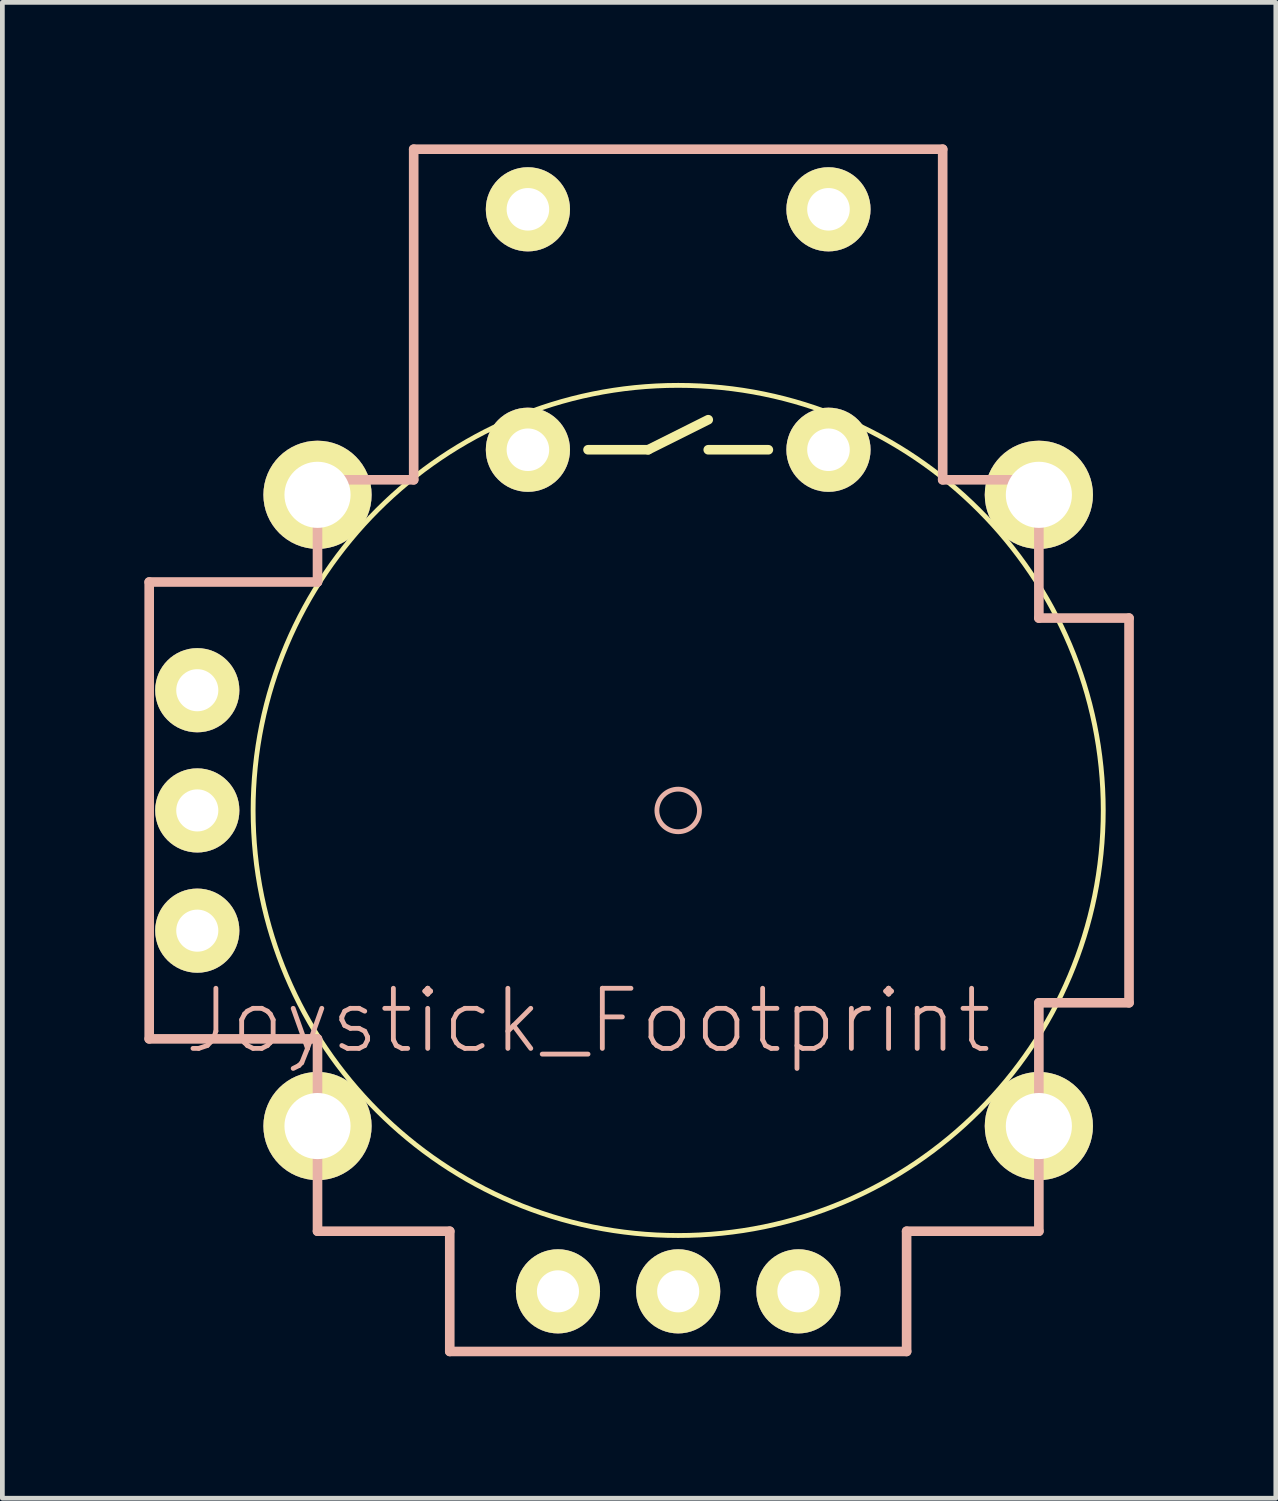
<source format=kicad_pcb>
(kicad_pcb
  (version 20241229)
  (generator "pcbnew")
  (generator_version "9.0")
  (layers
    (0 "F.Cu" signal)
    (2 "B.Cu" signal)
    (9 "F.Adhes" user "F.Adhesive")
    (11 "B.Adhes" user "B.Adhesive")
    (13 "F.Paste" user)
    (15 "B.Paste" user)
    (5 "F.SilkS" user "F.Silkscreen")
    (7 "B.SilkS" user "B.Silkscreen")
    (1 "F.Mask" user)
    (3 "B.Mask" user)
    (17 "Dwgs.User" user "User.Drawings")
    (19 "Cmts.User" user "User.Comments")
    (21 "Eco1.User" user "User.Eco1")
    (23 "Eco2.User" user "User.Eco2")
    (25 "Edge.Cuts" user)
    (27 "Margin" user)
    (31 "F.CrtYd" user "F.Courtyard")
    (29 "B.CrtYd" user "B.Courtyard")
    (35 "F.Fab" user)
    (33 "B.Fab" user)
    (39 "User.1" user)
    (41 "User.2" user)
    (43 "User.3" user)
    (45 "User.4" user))
  (footprint "Joystick_Footprint"
    (layer "F.Cu")
    (at 11.278 14.072)
    (property "Reference" "Joystick_Footprint" (at -1.905 4.445 0) (layer "B.SilkS") (effects (font (size 1.27 1.27) (thickness 0.102))))
    (attr exclude_from_pos_files exclude_from_bom)
    (fp_line (start -1.905 -7.62) (end -0.635 -7.62) (stroke (width 0.203) (type solid)) (layer "F.SilkS"))
    (fp_line (start -0.635 -7.62) (end 0.635 -8.255) (stroke (width 0.203) (type solid)) (layer "F.SilkS"))
    (fp_line (start 0.635 -7.62) (end 1.905 -7.62) (stroke (width 0.203) (type solid)) (layer "F.SilkS"))
    (fp_circle (center 0 0) (end -6.35 6.35) (stroke (width 0.102) (type solid)) (fill no) (layer "F.SilkS"))
    (fp_line (start -11.176 -4.826) (end -11.176 4.826) (stroke (width 0.203) (type solid)) (layer "B.SilkS"))
    (fp_line (start -7.62 -4.826) (end -11.176 -4.826) (stroke (width 0.203) (type solid)) (layer "B.SilkS"))
    (fp_line (start -7.62 -4.826) (end -7.62 -6.985) (stroke (width 0.203) (type solid)) (layer "B.SilkS"))
    (fp_line (start -7.62 4.826) (end -11.176 4.826) (stroke (width 0.203) (type solid)) (layer "B.SilkS"))
    (fp_line (start -7.62 4.826) (end -7.62 8.89) (stroke (width 0.203) (type solid)) (layer "B.SilkS"))
    (fp_line (start -5.588 -13.97) (end -5.588 -6.985) (stroke (width 0.203) (type solid)) (layer "B.SilkS"))
    (fp_line (start -5.588 -6.985) (end -7.62 -6.985) (stroke (width 0.203) (type solid)) (layer "B.SilkS"))
    (fp_line (start -4.826 8.89) (end -7.62 8.89) (stroke (width 0.203) (type solid)) (layer "B.SilkS"))
    (fp_line (start -4.826 11.43) (end -4.826 8.89) (stroke (width 0.203) (type solid)) (layer "B.SilkS"))
    (fp_line (start 4.826 8.89) (end 7.62 8.89) (stroke (width 0.203) (type solid)) (layer "B.SilkS"))
    (fp_line (start 4.826 11.43) (end -4.826 11.43) (stroke (width 0.203) (type solid)) (layer "B.SilkS"))
    (fp_line (start 4.826 11.43) (end 4.826 8.89) (stroke (width 0.203) (type solid)) (layer "B.SilkS"))
    (fp_line (start 5.588 -13.97) (end -5.588 -13.97) (stroke (width 0.203) (type solid)) (layer "B.SilkS"))
    (fp_line (start 5.588 -13.97) (end 5.588 -6.985) (stroke (width 0.203) (type solid)) (layer "B.SilkS"))
    (fp_line (start 7.62 -6.985) (end 5.588 -6.985) (stroke (width 0.203) (type solid)) (layer "B.SilkS"))
    (fp_line (start 7.62 -4.064) (end 7.62 -6.985) (stroke (width 0.203) (type solid)) (layer "B.SilkS"))
    (fp_line (start 7.62 -4.064) (end 9.525 -4.064) (stroke (width 0.203) (type solid)) (layer "B.SilkS"))
    (fp_line (start 7.62 4.064) (end 7.62 8.89) (stroke (width 0.203) (type solid)) (layer "B.SilkS"))
    (fp_line (start 7.62 4.064) (end 9.525 4.064) (stroke (width 0.203) (type solid)) (layer "B.SilkS"))
    (fp_line (start 9.525 -4.064) (end 9.525 4.064) (stroke (width 0.203) (type solid)) (layer "B.SilkS"))
    (fp_circle (center 0 0) (end -0.318 0.318) (stroke (width 0.102) (type solid)) (fill no) (layer "B.SilkS"))
    (pad "B1A" thru_hole circle (at -3.175 -12.7) (size 1.778 1.778) (drill 0.899) (layers "*.Cu" "F.Mask" "F.SilkS" "F.Paste"))
    (pad "B1B" thru_hole circle (at 3.175 -12.7) (size 1.778 1.778) (drill 0.899) (layers "*.Cu" "F.Mask" "F.SilkS" "F.Paste"))
    (pad "B2A" thru_hole circle (at -3.175 -7.62) (size 1.778 1.778) (drill 0.899) (layers "*.Cu" "F.Mask" "F.SilkS" "F.Paste"))
    (pad "B2B" thru_hole circle (at 3.175 -7.62) (size 1.778 1.778) (drill 0.899) (layers "*.Cu" "F.Mask" "F.SilkS" "F.Paste"))
    (pad "H1" thru_hole circle (at -2.54 10.16) (size 1.778 1.778) (drill 0.889) (layers "*.Cu" "F.Mask" "F.SilkS" "F.Paste"))
    (pad "H2" thru_hole circle (at 0 10.16) (size 1.778 1.778) (drill 0.889) (layers "*.Cu" "F.Mask" "F.SilkS" "F.Paste"))
    (pad "H3" thru_hole circle (at 2.54 10.16) (size 1.778 1.778) (drill 0.889) (layers "*.Cu" "F.Mask" "F.SilkS" "F.Paste"))
    (pad "MOUN" thru_hole circle (at -7.62 -6.668) (size 2.286 2.286) (drill 1.397) (layers "*.Cu" "F.Mask" "F.SilkS" "F.Paste"))
    (pad "MOUN" thru_hole circle (at -7.62 6.668) (size 2.286 2.286) (drill 1.397) (layers "*.Cu" "F.Mask" "F.SilkS" "F.Paste"))
    (pad "MOUN" thru_hole circle (at 7.62 -6.668) (size 2.286 2.286) (drill 1.397) (layers "*.Cu" "F.Mask" "F.SilkS" "F.Paste"))
    (pad "MOUN" thru_hole circle (at 7.62 6.668) (size 2.286 2.286) (drill 1.397) (layers "*.Cu" "F.Mask" "F.SilkS" "F.Paste"))
    (pad "V1" thru_hole circle (at -10.16 -2.54) (size 1.778 1.778) (drill 0.889) (layers "*.Cu" "F.Mask" "F.SilkS" "F.Paste"))
    (pad "V2" thru_hole circle (at -10.16 0) (size 1.778 1.778) (drill 0.889) (layers "*.Cu" "F.Mask" "F.SilkS" "F.Paste"))
    (pad "V3" thru_hole circle (at -10.16 2.54) (size 1.778 1.778) (drill 0.889) (layers "*.Cu" "F.Mask" "F.SilkS" "F.Paste")))
  (gr_rect
    (start -3 -3)
    (end 23.904 28.603)
    (stroke (width 0.1) (type default))
    (fill no)
    (layer "Edge.Cuts")))
</source>
